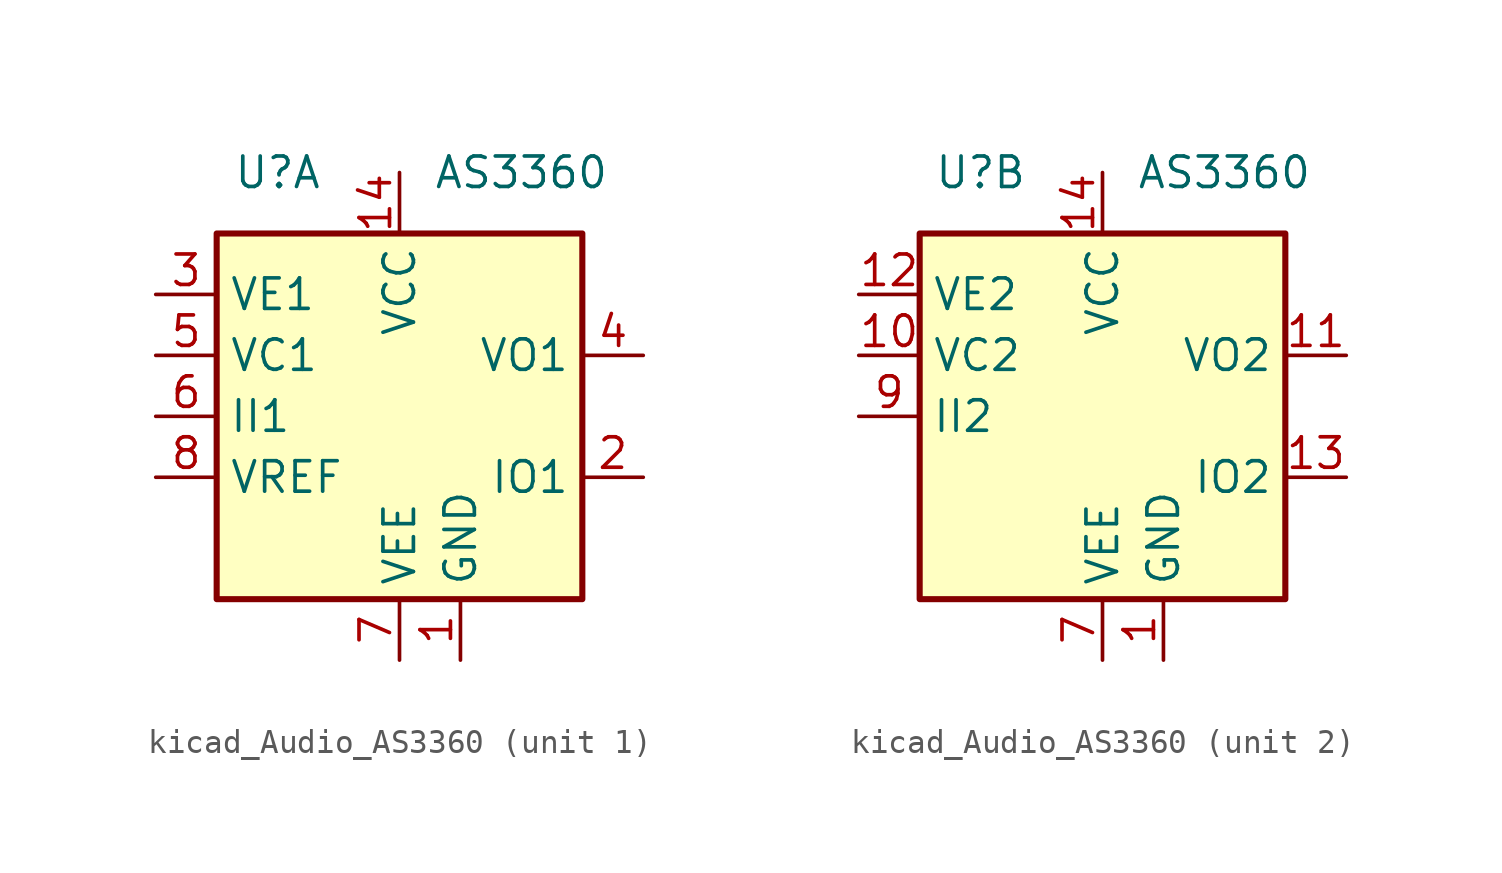
<source format=kicad_sym>
(kicad_symbol_lib
  (version 20220914)
  (generator kicad_symbol_editor)
  (symbol "kicad_Audio_AS3360"
    (property "Reference" "U"
      (at -5.08 10.16 0)
      (effects (font (size 1.27 1.27))))
    (property "Value" "AS3360"
      (at 5.08 10.16 0)
      (effects (font (size 1.27 1.27))))
    (symbol "kicad_Audio_AS3360_0_1"
      (rectangle (start -7.62 7.62) (end 7.62 -7.62) (stroke (width 0.254) (type default)) (fill (type background)))
      (pin power_in line (at 2.54 -10.16 90) (length 2.54) (name "GND" (effects (font (size 1.27 1.27)))) (number "1" (effects (font (size 1.27 1.27)))))
      (pin power_in line (at 0 10.16 270) (length 2.54) (name "VCC" (effects (font (size 1.27 1.27)))) (number "14" (effects (font (size 1.27 1.27)))))
      (pin power_in line (at 0 -10.16 90) (length 2.54) (name "VEE" (effects (font (size 1.27 1.27)))) (number "7" (effects (font (size 1.27 1.27))))))
    (symbol "kicad_Audio_AS3360_1_1"
      (pin output line (at 10.16 -2.54 180) (length 2.54) (name "IO1" (effects (font (size 1.27 1.27)))) (number "2" (effects (font (size 1.27 1.27)))))
      (pin input line (at -10.16 5.08 0) (length 2.54) (name "VE1" (effects (font (size 1.27 1.27)))) (number "3" (effects (font (size 1.27 1.27)))))
      (pin output line (at 10.16 2.54 180) (length 2.54) (name "VO1" (effects (font (size 1.27 1.27)))) (number "4" (effects (font (size 1.27 1.27)))))
      (pin input line (at -10.16 2.54 0) (length 2.54) (name "VC1" (effects (font (size 1.27 1.27)))) (number "5" (effects (font (size 1.27 1.27)))))
      (pin input line (at -10.16 0 0) (length 2.54) (name "II1" (effects (font (size 1.27 1.27)))) (number "6" (effects (font (size 1.27 1.27)))))
      (pin passive line (at -10.16 -2.54 0) (length 2.54) (name "VREF" (effects (font (size 1.27 1.27)))) (number "8" (effects (font (size 1.27 1.27))))))
    (symbol "kicad_Audio_AS3360_2_1"
      (pin input line (at -10.16 2.54 0) (length 2.54) (name "VC2" (effects (font (size 1.27 1.27)))) (number "10" (effects (font (size 1.27 1.27)))))
      (pin output line (at 10.16 2.54 180) (length 2.54) (name "VO2" (effects (font (size 1.27 1.27)))) (number "11" (effects (font (size 1.27 1.27)))))
      (pin input line (at -10.16 5.08 0) (length 2.54) (name "VE2" (effects (font (size 1.27 1.27)))) (number "12" (effects (font (size 1.27 1.27)))))
      (pin output line (at 10.16 -2.54 180) (length 2.54) (name "IO2" (effects (font (size 1.27 1.27)))) (number "13" (effects (font (size 1.27 1.27)))))
      (pin input line (at -10.16 0 0) (length 2.54) (name "II2" (effects (font (size 1.27 1.27)))) (number "9" (effects (font (size 1.27 1.27))))))))
</source>
